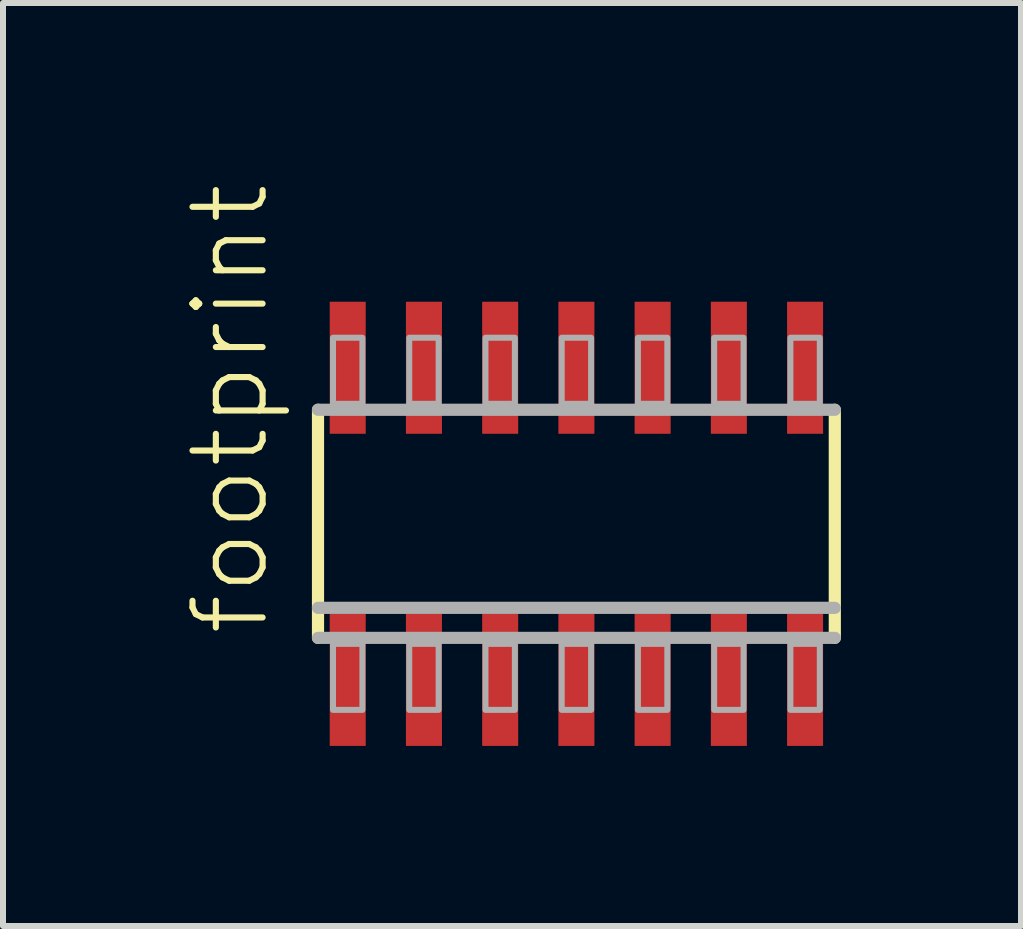
<source format=kicad_pcb>
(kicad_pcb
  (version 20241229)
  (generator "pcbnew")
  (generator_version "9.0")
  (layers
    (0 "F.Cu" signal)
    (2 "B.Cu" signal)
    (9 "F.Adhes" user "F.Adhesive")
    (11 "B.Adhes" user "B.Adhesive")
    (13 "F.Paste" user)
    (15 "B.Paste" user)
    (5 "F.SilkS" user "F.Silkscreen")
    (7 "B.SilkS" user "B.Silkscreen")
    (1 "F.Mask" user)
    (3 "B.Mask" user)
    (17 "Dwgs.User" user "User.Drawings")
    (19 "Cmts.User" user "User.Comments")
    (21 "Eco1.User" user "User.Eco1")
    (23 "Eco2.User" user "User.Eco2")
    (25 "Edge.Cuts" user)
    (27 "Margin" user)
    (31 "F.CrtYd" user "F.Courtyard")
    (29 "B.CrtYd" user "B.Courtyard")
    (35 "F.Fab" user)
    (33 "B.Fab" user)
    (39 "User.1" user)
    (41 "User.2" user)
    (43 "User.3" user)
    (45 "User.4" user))
  (footprint "footprint"
    (layer "F.Cu")
    (at 6.553 5.677)
    (property "Reference" "footprint" (at -5.08 1.905 90) (layer "F.SilkS") (effects (font (size 1.168 1.168) (thickness 0.102)) (justify left bottom)))
    (fp_line (start -4.305 1.4) (end -4.305 -1.9) (stroke (width 0.203) (type solid)) (layer "F.SilkS"))
    (fp_line (start -4.305 1.9) (end -4.305 1.4) (stroke (width 0.203) (type solid)) (layer "F.SilkS"))
    (fp_line (start 4.305 -1.9) (end 4.305 1.4) (stroke (width 0.203) (type solid)) (layer "F.SilkS"))
    (fp_line (start 4.305 1.4) (end 4.305 1.9) (stroke (width 0.203) (type solid)) (layer "F.SilkS"))
    (fp_line (start -4.305 -1.9) (end 4.305 -1.9) (stroke (width 0.203) (type solid)) (layer "F.Fab"))
    (fp_line (start 4.305 1.4) (end -4.305 1.4) (stroke (width 0.203) (type solid)) (layer "F.Fab"))
    (fp_line (start 4.305 1.9) (end -4.305 1.9) (stroke (width 0.203) (type solid)) (layer "F.Fab"))
    (fp_poly (pts (xy -4.055 -2) (xy -3.565 -2) (xy -3.565 -3.1) (xy -4.055 -3.1)) (stroke (width 0.1) (type solid)) (fill no) (layer "F.Fab"))
    (fp_poly (pts (xy -4.055 3.1) (xy -3.565 3.1) (xy -3.565 2) (xy -4.055 2)) (stroke (width 0.1) (type solid)) (fill no) (layer "F.Fab"))
    (fp_poly (pts (xy -2.785 -2) (xy -2.295 -2) (xy -2.295 -3.1) (xy -2.785 -3.1)) (stroke (width 0.1) (type solid)) (fill no) (layer "F.Fab"))
    (fp_poly (pts (xy -2.785 3.1) (xy -2.295 3.1) (xy -2.295 2) (xy -2.785 2)) (stroke (width 0.1) (type solid)) (fill no) (layer "F.Fab"))
    (fp_poly (pts (xy -1.515 -2) (xy -1.025 -2) (xy -1.025 -3.1) (xy -1.515 -3.1)) (stroke (width 0.1) (type solid)) (fill no) (layer "F.Fab"))
    (fp_poly (pts (xy -1.515 3.1) (xy -1.025 3.1) (xy -1.025 2) (xy -1.515 2)) (stroke (width 0.1) (type solid)) (fill no) (layer "F.Fab"))
    (fp_poly (pts (xy -0.245 -2) (xy 0.245 -2) (xy 0.245 -3.1) (xy -0.245 -3.1)) (stroke (width 0.1) (type solid)) (fill no) (layer "F.Fab"))
    (fp_poly (pts (xy -0.245 3.1) (xy 0.245 3.1) (xy 0.245 2) (xy -0.245 2)) (stroke (width 0.1) (type solid)) (fill no) (layer "F.Fab"))
    (fp_poly (pts (xy 1.025 -2) (xy 1.515 -2) (xy 1.515 -3.1) (xy 1.025 -3.1)) (stroke (width 0.1) (type solid)) (fill no) (layer "F.Fab"))
    (fp_poly (pts (xy 1.515 2) (xy 1.025 2) (xy 1.025 3.1) (xy 1.515 3.1)) (stroke (width 0.1) (type solid)) (fill no) (layer "F.Fab"))
    (fp_poly (pts (xy 2.295 -2) (xy 2.785 -2) (xy 2.785 -3.1) (xy 2.295 -3.1)) (stroke (width 0.1) (type solid)) (fill no) (layer "F.Fab"))
    (fp_poly (pts (xy 2.785 2) (xy 2.295 2) (xy 2.295 3.1) (xy 2.785 3.1)) (stroke (width 0.1) (type solid)) (fill no) (layer "F.Fab"))
    (fp_poly (pts (xy 3.565 -2) (xy 4.055 -2) (xy 4.055 -3.1) (xy 3.565 -3.1)) (stroke (width 0.1) (type solid)) (fill no) (layer "F.Fab"))
    (fp_poly (pts (xy 4.055 2) (xy 3.565 2) (xy 3.565 3.1) (xy 4.055 3.1)) (stroke (width 0.1) (type solid)) (fill no) (layer "F.Fab"))
    (pad "1" smd rect (at -3.81 2.6) (size 0.6 2.2) (layers "F.Cu" "F.Mask" "F.Paste"))
    (pad "2" smd rect (at -2.54 2.6) (size 0.6 2.2) (layers "F.Cu" "F.Mask" "F.Paste"))
    (pad "3" smd rect (at -1.27 2.6) (size 0.6 2.2) (layers "F.Cu" "F.Mask" "F.Paste"))
    (pad "4" smd rect (at 0 2.6) (size 0.6 2.2) (layers "F.Cu" "F.Mask" "F.Paste"))
    (pad "5" smd rect (at 1.27 2.6 180) (size 0.6 2.2) (layers "F.Cu" "F.Mask" "F.Paste"))
    (pad "6" smd rect (at 2.54 2.6 180) (size 0.6 2.2) (layers "F.Cu" "F.Mask" "F.Paste"))
    (pad "7" smd rect (at 3.81 2.6 180) (size 0.6 2.2) (layers "F.Cu" "F.Mask" "F.Paste"))
    (pad "8" smd rect (at 3.81 -2.6) (size 0.6 2.2) (layers "F.Cu" "F.Mask" "F.Paste"))
    (pad "9" smd rect (at 2.54 -2.6) (size 0.6 2.2) (layers "F.Cu" "F.Mask" "F.Paste"))
    (pad "10" smd rect (at 1.27 -2.6) (size 0.6 2.2) (layers "F.Cu" "F.Mask" "F.Paste"))
    (pad "11" smd rect (at 0 -2.6) (size 0.6 2.2) (layers "F.Cu" "F.Mask" "F.Paste"))
    (pad "12" smd rect (at -1.27 -2.6) (size 0.6 2.2) (layers "F.Cu" "F.Mask" "F.Paste"))
    (pad "13" smd rect (at -2.54 -2.6) (size 0.6 2.2) (layers "F.Cu" "F.Mask" "F.Paste"))
    (pad "14" smd rect (at -3.81 -2.6) (size 0.6 2.2) (layers "F.Cu" "F.Mask" "F.Paste")))
  (gr_rect
    (start -3 -3)
    (end 13.96 12.377)
    (stroke (width 0.1) (type default))
    (fill no)
    (layer "Edge.Cuts")))
</source>
